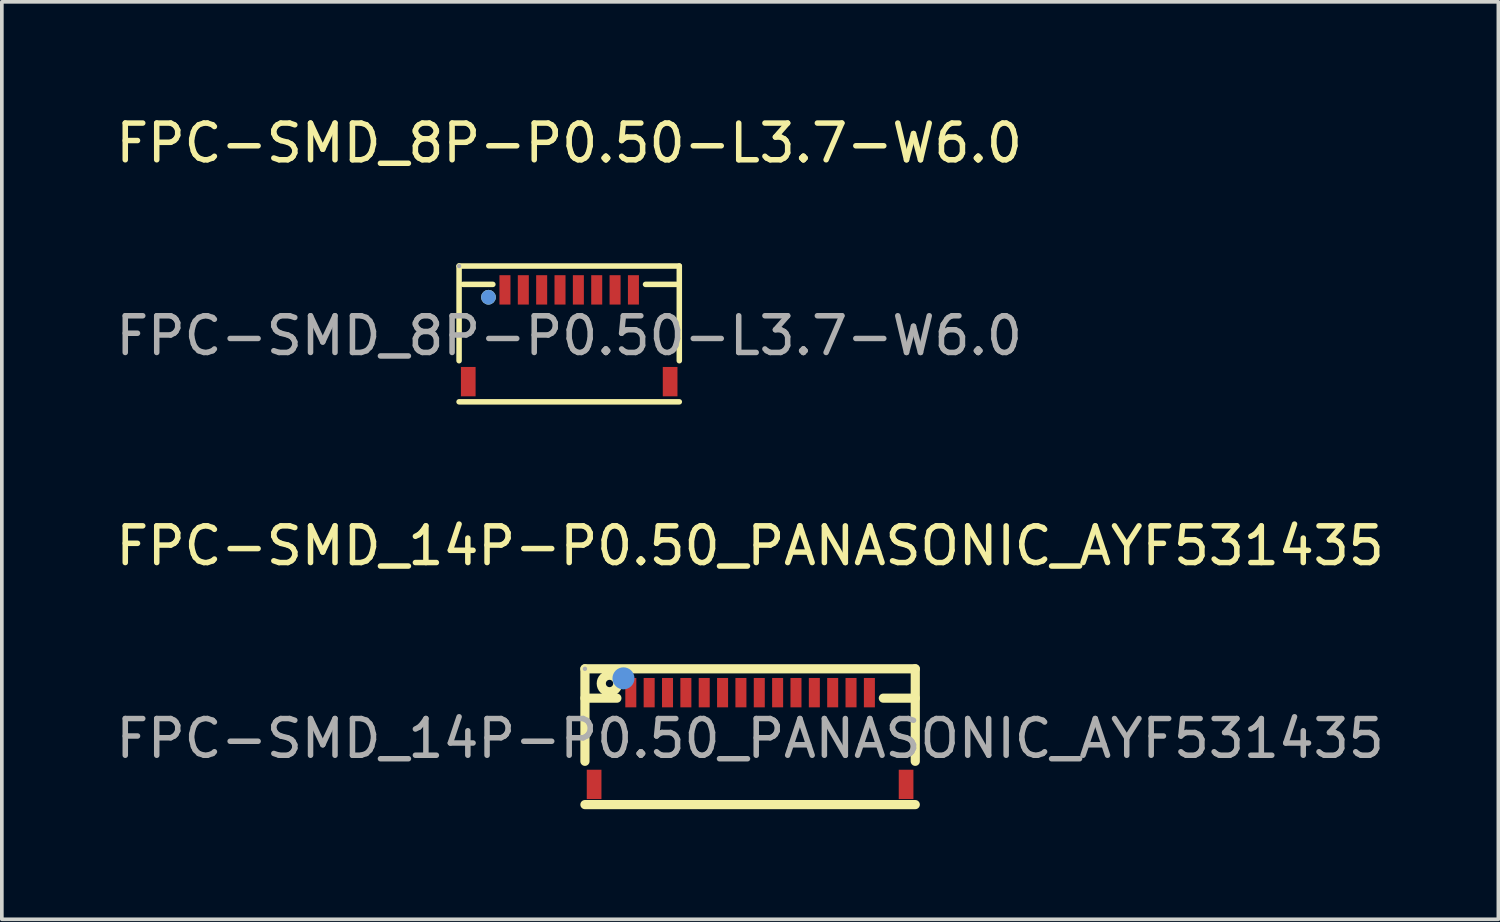
<source format=kicad_pcb>
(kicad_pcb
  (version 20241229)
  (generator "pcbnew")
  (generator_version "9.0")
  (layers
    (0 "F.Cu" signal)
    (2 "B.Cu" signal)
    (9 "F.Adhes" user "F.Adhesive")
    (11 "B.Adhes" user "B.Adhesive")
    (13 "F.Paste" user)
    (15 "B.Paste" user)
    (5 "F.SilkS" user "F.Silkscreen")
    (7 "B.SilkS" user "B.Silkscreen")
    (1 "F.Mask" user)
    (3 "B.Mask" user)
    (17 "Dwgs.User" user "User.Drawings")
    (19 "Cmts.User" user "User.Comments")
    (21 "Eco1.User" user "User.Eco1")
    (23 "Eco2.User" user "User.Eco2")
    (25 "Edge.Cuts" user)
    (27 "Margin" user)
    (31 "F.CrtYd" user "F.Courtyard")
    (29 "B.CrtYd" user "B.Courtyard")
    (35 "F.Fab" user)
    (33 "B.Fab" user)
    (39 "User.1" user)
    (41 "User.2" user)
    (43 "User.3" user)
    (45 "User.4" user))
  (footprint "FPC-SMD_14P-P0.50_PANASONIC_AYF531435"
    (layer "F.Cu")
    (at 17.387 17.072)
    (property "Reference" "FPC-SMD_14P-P0.50_PANASONIC_AYF531435" (at 0 -5.25 0) (layer "F.SilkS") (effects (font (size 1 1) (thickness 0.15))))
    (attr smd)
    (fp_line (start -4.5 -1.9) (end 4.5 -1.9) (stroke (width 0.25) (type solid)) (layer "F.SilkS"))
    (fp_line (start -4.5 0.62) (end -4.5 -1.9) (stroke (width 0.25) (type solid)) (layer "F.SilkS"))
    (fp_line (start -4.5 1.8) (end 4.5 1.8) (stroke (width 0.25) (type solid)) (layer "F.SilkS"))
    (fp_line (start -3.63 -1.1) (end -4.5 -1.1) (stroke (width 0.25) (type solid)) (layer "F.SilkS"))
    (fp_line (start 3.63 -1.1) (end 4.5 -1.1) (stroke (width 0.25) (type solid)) (layer "F.SilkS"))
    (fp_line (start 4.5 -1.9) (end 4.5 0.62) (stroke (width 0.25) (type solid)) (layer "F.SilkS"))
    (fp_circle (center -3.83 -1.5) (end -3.73 -1.5) (stroke (width 0.25) (type solid)) (fill no) (layer "F.SilkS"))
    (fp_circle (center -3.45 -1.64) (end -3.3 -1.64) (stroke (width 0.3) (type solid)) (fill no) (layer "Cmts.User"))
    (fp_circle (center -4.5 -1.9) (end -4.47 -1.9) (stroke (width 0.06) (type solid)) (fill no) (layer "F.Fab"))
    (fp_text user "${REFERENCE}" (at 0 0 0) (layer "F.Fab") (effects (font (size 1 1) (thickness 0.15))))
    (pad "1" smd rect (at -3.25 -1.25) (size 0.3 0.8) (layers "F.Cu" "F.Mask" "F.Paste"))
    (pad "2" smd rect (at -2.75 -1.25) (size 0.3 0.8) (layers "F.Cu" "F.Mask" "F.Paste"))
    (pad "3" smd rect (at -2.25 -1.25) (size 0.3 0.8) (layers "F.Cu" "F.Mask" "F.Paste"))
    (pad "4" smd rect (at -1.75 -1.25) (size 0.3 0.8) (layers "F.Cu" "F.Mask" "F.Paste"))
    (pad "5" smd rect (at -1.25 -1.25) (size 0.3 0.8) (layers "F.Cu" "F.Mask" "F.Paste"))
    (pad "6" smd rect (at -0.75 -1.25) (size 0.3 0.8) (layers "F.Cu" "F.Mask" "F.Paste"))
    (pad "7" smd rect (at -0.25 -1.25) (size 0.3 0.8) (layers "F.Cu" "F.Mask" "F.Paste"))
    (pad "8" smd rect (at 0.25 -1.25) (size 0.3 0.8) (layers "F.Cu" "F.Mask" "F.Paste"))
    (pad "9" smd rect (at 0.75 -1.25) (size 0.3 0.8) (layers "F.Cu" "F.Mask" "F.Paste"))
    (pad "10" smd rect (at 1.25 -1.25) (size 0.3 0.8) (layers "F.Cu" "F.Mask" "F.Paste"))
    (pad "11" smd rect (at 1.75 -1.25) (size 0.3 0.8) (layers "F.Cu" "F.Mask" "F.Paste"))
    (pad "12" smd rect (at 2.25 -1.25) (size 0.3 0.8) (layers "F.Cu" "F.Mask" "F.Paste"))
    (pad "13" smd rect (at 2.75 -1.25) (size 0.3 0.8) (layers "F.Cu" "F.Mask" "F.Paste"))
    (pad "14" smd rect (at 3.25 -1.25) (size 0.3 0.8) (layers "F.Cu" "F.Mask" "F.Paste"))
    (pad "15" smd rect (at 4.25 1.25) (size 0.4 0.8) (layers "F.Cu" "F.Mask" "F.Paste"))
    (pad "16" smd rect (at -4.25 1.25) (size 0.4 0.8) (layers "F.Cu" "F.Mask" "F.Paste")))
  (footprint "FPC-SMD_8P-P0.50-L3.7-W6.0"
    (layer "F.Cu")
    (at 12.458 6.098)
    (property "Reference" "FPC-SMD_8P-P0.50-L3.7-W6.0" (at 0 -5.25 0) (layer "F.SilkS") (effects (font (size 1 1) (thickness 0.15))))
    (attr smd)
    (fp_line (start -3 -1.9) (end 3 -1.9) (stroke (width 0.15) (type solid)) (layer "F.SilkS"))
    (fp_line (start -3 0.68) (end -3 -1.9) (stroke (width 0.15) (type solid)) (layer "F.SilkS"))
    (fp_line (start -2.89 -1.4) (end -2.08 -1.4) (stroke (width 0.15) (type solid)) (layer "F.SilkS"))
    (fp_line (start 2.08 -1.4) (end 2.92 -1.4) (stroke (width 0.15) (type solid)) (layer "F.SilkS"))
    (fp_line (start 3 -1.9) (end 3 0.68) (stroke (width 0.15) (type solid)) (layer "F.SilkS"))
    (fp_line (start 3 1.8) (end -3 1.8) (stroke (width 0.15) (type solid)) (layer "F.SilkS"))
    (fp_circle (center -2.2 -1.05) (end -2.1 -1.05) (stroke (width 0.2) (type solid)) (fill no) (layer "F.SilkS"))
    (fp_circle (center -2.2 -1.05) (end -2.1 -1.05) (stroke (width 0.2) (type solid)) (fill no) (layer "Cmts.User"))
    (fp_circle (center -3 -1.9) (end -2.97 -1.9) (stroke (width 0.06) (type solid)) (fill no) (layer "F.Fab"))
    (fp_text user "${REFERENCE}" (at 0 0 0) (layer "F.Fab") (effects (font (size 1 1) (thickness 0.15))))
    (pad "1" smd rect (at -1.75 -1.25) (size 0.3 0.8) (layers "F.Cu" "F.Mask" "F.Paste"))
    (pad "2" smd rect (at -1.25 -1.25) (size 0.3 0.8) (layers "F.Cu" "F.Mask" "F.Paste"))
    (pad "3" smd rect (at -0.75 -1.25) (size 0.3 0.8) (layers "F.Cu" "F.Mask" "F.Paste"))
    (pad "4" smd rect (at -0.25 -1.25) (size 0.3 0.8) (layers "F.Cu" "F.Mask" "F.Paste"))
    (pad "5" smd rect (at 0.25 -1.25) (size 0.3 0.8) (layers "F.Cu" "F.Mask" "F.Paste"))
    (pad "6" smd rect (at 0.75 -1.25) (size 0.3 0.8) (layers "F.Cu" "F.Mask" "F.Paste"))
    (pad "7" smd rect (at 1.25 -1.25) (size 0.3 0.8) (layers "F.Cu" "F.Mask" "F.Paste"))
    (pad "8" smd rect (at 1.75 -1.25) (size 0.3 0.8) (layers "F.Cu" "F.Mask" "F.Paste"))
    (pad "9" smd rect (at -2.75 1.25) (size 0.4 0.8) (layers "F.Cu" "F.Mask" "F.Paste"))
    (pad "10" smd rect (at 2.75 1.25) (size 0.4 0.8) (layers "F.Cu" "F.Mask" "F.Paste")))
  (gr_rect
    (start -3 -3)
    (end 37.774 21.997)
    (stroke (width 0.1) (type default))
    (fill no)
    (layer "Edge.Cuts")))
</source>
